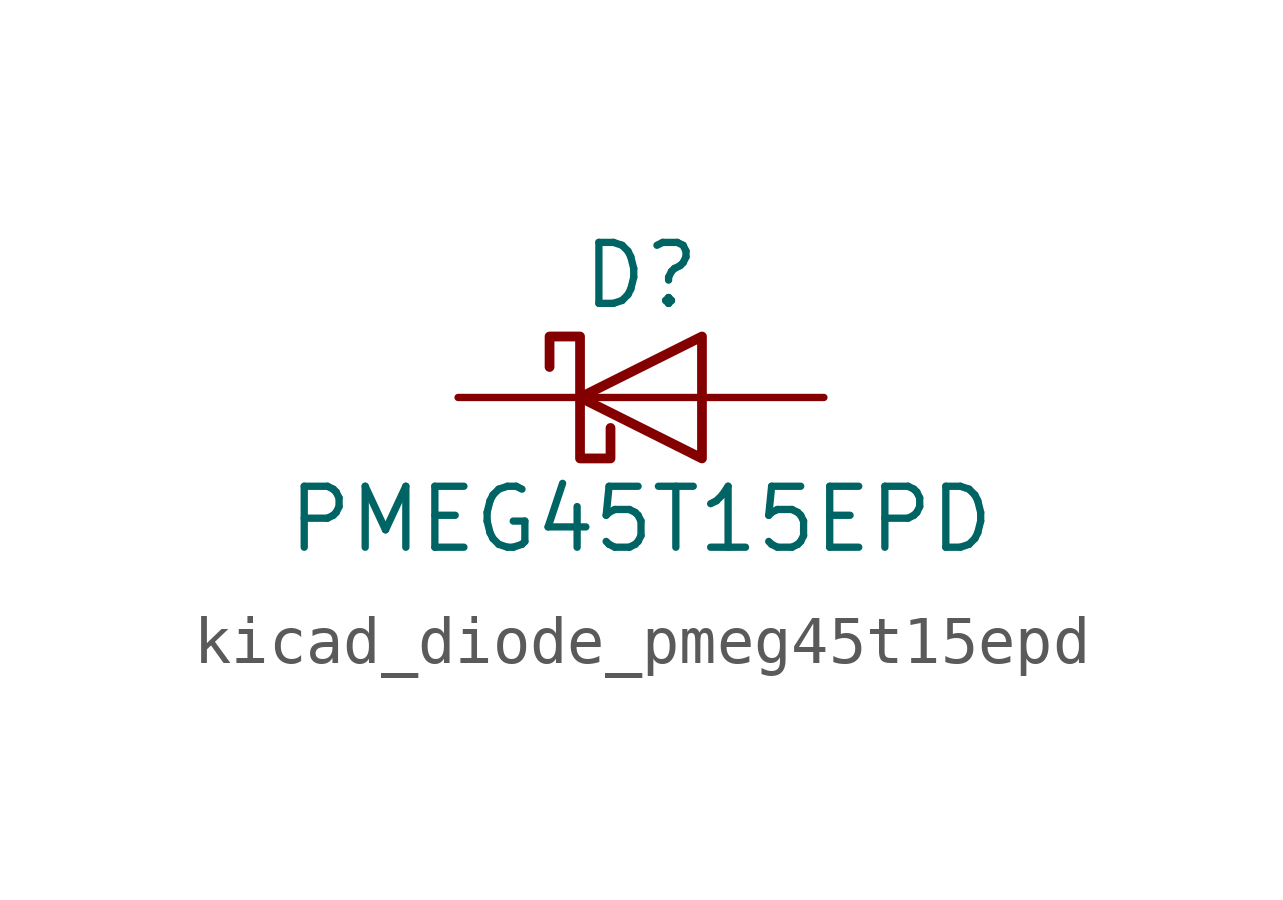
<source format=kicad_sym>
(kicad_symbol_lib
  (version 20220914)
  (generator kicad_symbol_editor)
  (symbol "kicad_diode_pmeg45t15epd"
    (pin_numbers hide)
    (pin_names hide)
    (property "Reference" "D"
      (at 0 2.54 0)
      (effects (font (size 1.27 1.27))))
    (property "Value" "PMEG45T15EPD"
      (at 0 -2.54 0)
      (effects (font (size 1.27 1.27))))
    (symbol "kicad_diode_pmeg45t15epd_0_1"
      (polyline (pts (xy 1.27 0) (xy -1.27 0)) (stroke (width 0) (type default)) (fill (type none)))
      (polyline (pts (xy 1.27 1.27) (xy 1.27 -1.27) (xy -1.27 0) (xy 1.27 1.27)) (stroke (width 0.203) (type default)) (fill (type none)))
      (polyline (pts (xy -1.905 0.635) (xy -1.905 1.27) (xy -1.27 1.27) (xy -1.27 -1.27) (xy -0.635 -1.27) (xy -0.635 -0.635)) (stroke (width 0.203) (type default)) (fill (type none))))
    (symbol "kicad_diode_pmeg45t15epd_1_1"
      (pin passive line (at 3.81 0 180) (length 2.54) (name "A" (effects (font (size 1.27 1.27)))) (number "1" (effects (font (size 1.27 1.27)))))
      (pin passive line (at 3.81 0 180) (length 2.54) hide (name "A" (effects (font (size 1.27 1.27)))) (number "2" (effects (font (size 1.27 1.27)))))
      (pin passive line (at -3.81 0 0) (length 2.54) (name "K" (effects (font (size 1.27 1.27)))) (number "3" (effects (font (size 1.27 1.27))))))))
</source>
